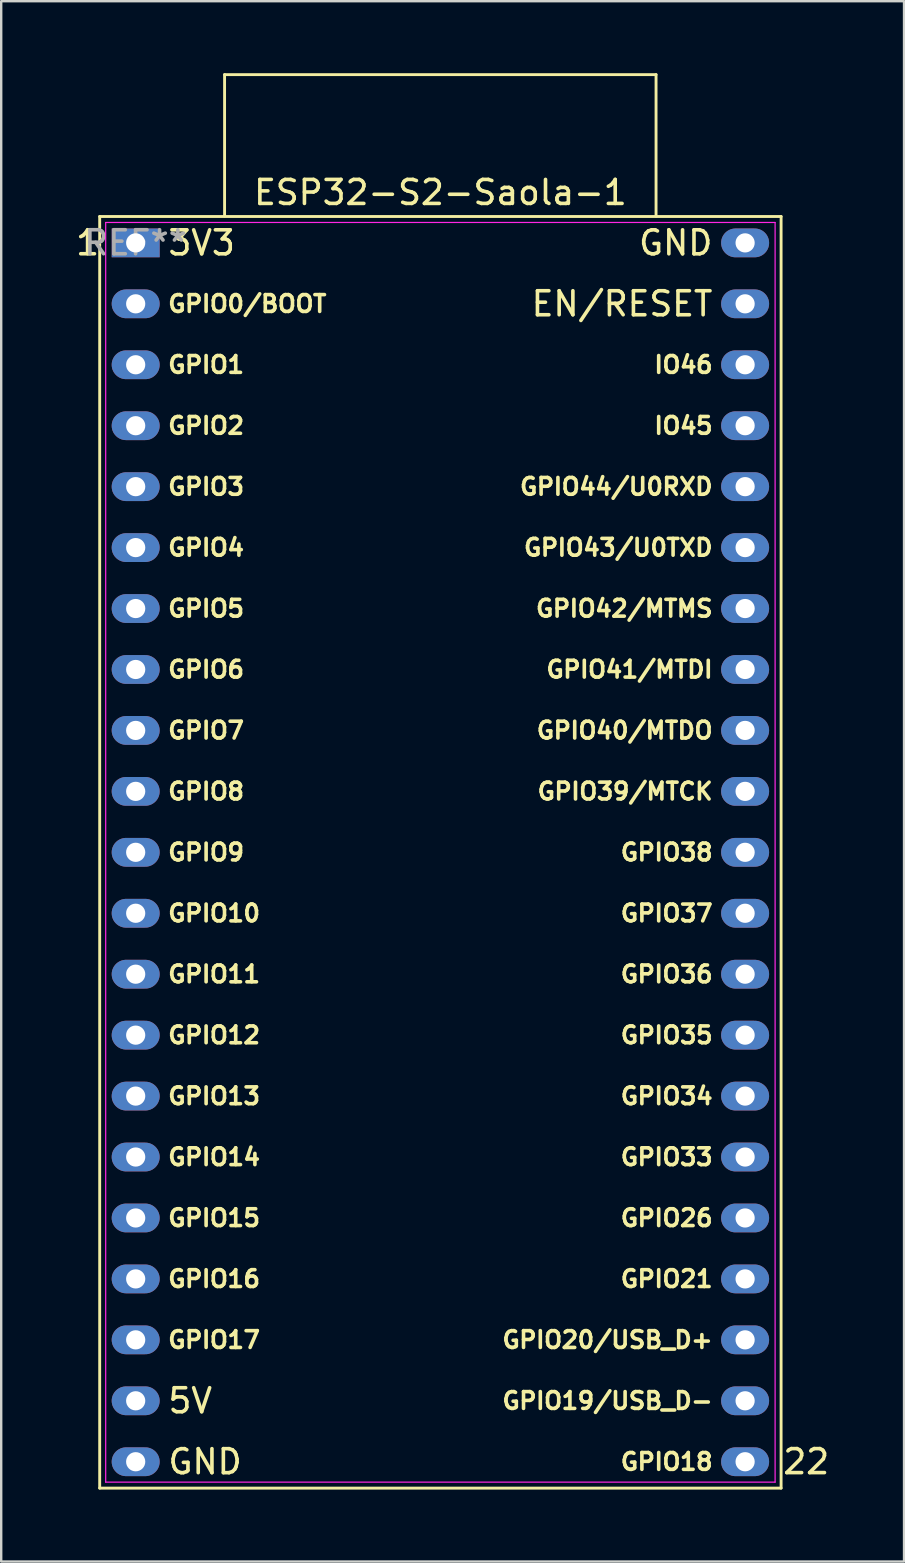
<source format=kicad_pcb>
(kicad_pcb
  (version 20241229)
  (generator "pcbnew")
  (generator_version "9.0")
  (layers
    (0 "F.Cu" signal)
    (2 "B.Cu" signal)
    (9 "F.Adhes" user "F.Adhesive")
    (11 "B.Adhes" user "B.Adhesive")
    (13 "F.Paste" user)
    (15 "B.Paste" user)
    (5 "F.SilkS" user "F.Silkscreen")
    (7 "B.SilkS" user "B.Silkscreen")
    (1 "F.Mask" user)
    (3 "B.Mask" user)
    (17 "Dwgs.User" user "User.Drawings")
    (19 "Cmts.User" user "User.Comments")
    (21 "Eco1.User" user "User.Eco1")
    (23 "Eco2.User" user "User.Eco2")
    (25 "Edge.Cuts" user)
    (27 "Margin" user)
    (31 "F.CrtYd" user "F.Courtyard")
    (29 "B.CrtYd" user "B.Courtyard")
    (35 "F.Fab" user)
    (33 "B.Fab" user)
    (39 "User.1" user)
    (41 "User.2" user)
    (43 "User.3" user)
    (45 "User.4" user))
  (footprint "ESP32-S2-Saola-1"
    (layer "F.Cu")
    (at 2.605 7.073)
    (property "Reference" "ESP32-S2-Saola-1" (at 12.7 -2.1 0) (layer "F.SilkS") (effects (font (size 1 1) (thickness 0.15))))
    (attr through_hole)
    (fp_line (start -1.5 51.9) (end 26.9 51.9) (stroke (width 0.12) (type solid)) (layer "F.SilkS"))
    (fp_line (start -1.5 -1.1) (end -1.5 51.9) (stroke (width 0.12) (type solid)) (layer "F.SilkS"))
    (fp_line (start 3.705 -7.013) (end 21.688 -7.013) (stroke (width 0.12) (type solid)) (layer "F.SilkS"))
    (fp_line (start 3.705 -1.12) (end 3.705 -7.013) (stroke (width 0.12) (type solid)) (layer "F.SilkS"))
    (fp_line (start 21.688 -7.013) (end 21.688 -1.12) (stroke (width 0.12) (type solid)) (layer "F.SilkS"))
    (fp_line (start 26.9 51.9) (end 26.9 -1.1) (stroke (width 0.12) (type solid)) (layer "F.SilkS"))
    (fp_line (start 26.9 -1.1) (end -1.5 -1.1) (stroke (width 0.12) (type solid)) (layer "F.SilkS"))
    (fp_line (start -1.25 -0.85) (end 26.65 -0.85) (stroke (width 0.05) (type solid)) (layer "F.CrtYd"))
    (fp_line (start -1.25 51.65) (end -1.25 -0.85) (stroke (width 0.05) (type solid)) (layer "F.CrtYd"))
    (fp_line (start 26.65 -0.85) (end 26.65 51.65) (stroke (width 0.05) (type solid)) (layer "F.CrtYd"))
    (fp_line (start 26.65 51.65) (end -1.25 51.65) (stroke (width 0.05) (type solid)) (layer "F.CrtYd"))
    (fp_text user "GPIO21" (at 24.13 43.18 0) (unlocked yes) (layer "F.SilkS") (effects (font (size 0.7 0.7) (thickness 0.15)) (justify right)))
    (fp_text user "GPIO18" (at 24.13 50.8 0) (unlocked yes) (layer "F.SilkS") (effects (font (size 0.7 0.7) (thickness 0.15)) (justify right)))
    (fp_text user "GPIO33" (at 24.13 38.1 0) (unlocked yes) (layer "F.SilkS") (effects (font (size 0.7 0.7) (thickness 0.15)) (justify right)))
    (fp_text user "GPIO1" (at 1.27 5.08 0) (unlocked yes) (layer "F.SilkS") (effects (font (size 0.7 0.7) (thickness 0.15)) (justify left)))
    (fp_text user "GPIO0/BOOT" (at 1.27 2.54 0) (unlocked yes) (layer "F.SilkS") (effects (font (size 0.7 0.7) (thickness 0.15)) (justify left)))
    (fp_text user "GPIO40/MTDO" (at 24.13 20.32 0) (unlocked yes) (layer "F.SilkS") (effects (font (size 0.7 0.7) (thickness 0.15)) (justify right)))
    (fp_text user "GPIO5" (at 1.27 15.24 0) (unlocked yes) (layer "F.SilkS") (effects (font (size 0.7 0.7) (thickness 0.15)) (justify left)))
    (fp_text user "GPIO10" (at 1.27 27.94 0) (unlocked yes) (layer "F.SilkS") (effects (font (size 0.7 0.7) (thickness 0.15)) (justify left)))
    (fp_text user "GPIO7" (at 1.27 20.32 0) (unlocked yes) (layer "F.SilkS") (effects (font (size 0.7 0.7) (thickness 0.15)) (justify left)))
    (fp_text user "GPIO14" (at 1.27 38.1 0) (unlocked yes) (layer "F.SilkS") (effects (font (size 0.7 0.7) (thickness 0.15)) (justify left)))
    (fp_text user "GPIO26" (at 24.13 40.64 0) (unlocked yes) (layer "F.SilkS") (effects (font (size 0.7 0.7) (thickness 0.15)) (justify right)))
    (fp_text user "IO46" (at 24.13 5.08 0) (unlocked yes) (layer "F.SilkS") (effects (font (size 0.7 0.7) (thickness 0.15)) (justify right)))
    (fp_text user "GPIO2" (at 1.27 7.62 0) (unlocked yes) (layer "F.SilkS") (effects (font (size 0.7 0.7) (thickness 0.15)) (justify left)))
    (fp_text user "GPIO44/U0RXD" (at 24.13 10.16 0) (unlocked yes) (layer "F.SilkS") (effects (font (size 0.7 0.7) (thickness 0.15)) (justify right)))
    (fp_text user "GPIO3" (at 1.27 10.16 0) (unlocked yes) (layer "F.SilkS") (effects (font (size 0.7 0.7) (thickness 0.15)) (justify left)))
    (fp_text user "GPIO35" (at 24.13 33.02 0) (unlocked yes) (layer "F.SilkS") (effects (font (size 0.7 0.7) (thickness 0.15)) (justify right)))
    (fp_text user "GPIO9" (at 1.27 25.4 0) (unlocked yes) (layer "F.SilkS") (effects (font (size 0.7 0.7) (thickness 0.15)) (justify left)))
    (fp_text user "GPIO34" (at 24.13 35.56 0) (unlocked yes) (layer "F.SilkS") (effects (font (size 0.7 0.7) (thickness 0.15)) (justify right)))
    (fp_text user "GPIO19/USB_D-" (at 24.13 48.26 0) (unlocked yes) (layer "F.SilkS") (effects (font (size 0.7 0.7) (thickness 0.15)) (justify right)))
    (fp_text user "GPIO4" (at 1.27 12.7 0) (unlocked yes) (layer "F.SilkS") (effects (font (size 0.7 0.7) (thickness 0.15)) (justify left)))
    (fp_text user "GPIO36" (at 24.13 30.48 0) (unlocked yes) (layer "F.SilkS") (effects (font (size 0.7 0.7) (thickness 0.15)) (justify right)))
    (fp_text user "GPIO11" (at 1.27 30.48 0) (unlocked yes) (layer "F.SilkS") (effects (font (size 0.7 0.7) (thickness 0.15)) (justify left)))
    (fp_text user "GPIO15" (at 1.27 40.64 0) (unlocked yes) (layer "F.SilkS") (effects (font (size 0.7 0.7) (thickness 0.15)) (justify left)))
    (fp_text user "GPIO43/U0TXD" (at 24.13 12.7 0) (unlocked yes) (layer "F.SilkS") (effects (font (size 0.7 0.7) (thickness 0.15)) (justify right)))
    (fp_text user "GND" (at 1.27 50.8 0) (unlocked yes) (layer "F.SilkS") (effects (font (size 1 1) (thickness 0.15)) (justify left)))
    (fp_text user "GND" (at 24.13 0 0) (unlocked yes) (layer "F.SilkS") (effects (font (size 1 1) (thickness 0.15)) (justify right)))
    (fp_text user "GPIO38" (at 24.13 25.4 0) (unlocked yes) (layer "F.SilkS") (effects (font (size 0.7 0.7) (thickness 0.15)) (justify right)))
    (fp_text user "GPIO6" (at 1.27 17.78 0) (unlocked yes) (layer "F.SilkS") (effects (font (size 0.7 0.7) (thickness 0.15)) (justify left)))
    (fp_text user "IO45" (at 24.13 7.62 0) (unlocked yes) (layer "F.SilkS") (effects (font (size 0.7 0.7) (thickness 0.15)) (justify right)))
    (fp_text user "3V3" (at 1.27 0 0) (unlocked yes) (layer "F.SilkS") (effects (font (size 1 1) (thickness 0.15)) (justify left)))
    (fp_text user "GPIO20/USB_D+" (at 24.13 45.72 0) (unlocked yes) (layer "F.SilkS") (effects (font (size 0.7 0.7) (thickness 0.15)) (justify right)))
    (fp_text user "EN/RESET" (at 24.13 2.54 0) (unlocked yes) (layer "F.SilkS") (effects (font (size 1 1) (thickness 0.15)) (justify right)))
    (fp_text user "GPIO39/MTCK" (at 24.13 22.86 0) (unlocked yes) (layer "F.SilkS") (effects (font (size 0.7 0.7) (thickness 0.15)) (justify right)))
    (fp_text user "GPIO13" (at 1.27 35.56 0) (unlocked yes) (layer "F.SilkS") (effects (font (size 0.7 0.7) (thickness 0.15)) (justify left)))
    (fp_text user "GPIO17" (at 1.27 45.72 0) (unlocked yes) (layer "F.SilkS") (effects (font (size 0.7 0.7) (thickness 0.15)) (justify left)))
    (fp_text user "GPIO37" (at 24.13 27.94 0) (unlocked yes) (layer "F.SilkS") (effects (font (size 0.7 0.7) (thickness 0.15)) (justify right)))
    (fp_text user "GPIO41/MTDI" (at 24.13 17.78 0) (unlocked yes) (layer "F.SilkS") (effects (font (size 0.7 0.7) (thickness 0.15)) (justify right)))
    (fp_text user "1" (at -2.004 -0.003 0) (layer "F.SilkS") (effects (font (size 1 1) (thickness 0.15))))
    (fp_text user "GPIO8" (at 1.27 22.86 0) (unlocked yes) (layer "F.SilkS") (effects (font (size 0.7 0.7) (thickness 0.15)) (justify left)))
    (fp_text user "5V" (at 1.27 48.26 0) (unlocked yes) (layer "F.SilkS") (effects (font (size 1 1) (thickness 0.15)) (justify left)))
    (fp_text user "22" (at 27.946 50.797 0) (layer "F.SilkS") (effects (font (size 1 1) (thickness 0.15))))
    (fp_text user "GPIO16" (at 1.27 43.18 0) (unlocked yes) (layer "F.SilkS") (effects (font (size 0.7 0.7) (thickness 0.15)) (justify left)))
    (fp_text user "GPIO42/MTMS" (at 24.13 15.24 0) (unlocked yes) (layer "F.SilkS") (effects (font (size 0.7 0.7) (thickness 0.15)) (justify right)))
    (fp_text user "GPIO12" (at 1.27 33.02 0) (unlocked yes) (layer "F.SilkS") (effects (font (size 0.7 0.7) (thickness 0.15)) (justify left)))
    (fp_text user "REF**" (at -0.004 -0.003 0) (layer "F.Fab") (effects (font (size 1 1) (thickness 0.15))))
    (pad "1" thru_hole rect (at 0 0 270) (size 1.2 2) (drill 0.8) (layers "*.Cu" "*.Mask"))
    (pad "2" thru_hole oval (at 0 2.54 270) (size 1.2 2) (drill 0.8) (layers "*.Cu" "*.Mask"))
    (pad "3" thru_hole oval (at 0 5.08 270) (size 1.2 2) (drill 0.8) (layers "*.Cu" "*.Mask"))
    (pad "4" thru_hole oval (at 0 7.62 270) (size 1.2 2) (drill 0.8) (layers "*.Cu" "*.Mask"))
    (pad "5" thru_hole oval (at 0 10.16 270) (size 1.2 2) (drill 0.8) (layers "*.Cu" "*.Mask"))
    (pad "6" thru_hole oval (at 0 12.7 270) (size 1.2 2) (drill 0.8) (layers "*.Cu" "*.Mask"))
    (pad "7" thru_hole oval (at 0 15.24 270) (size 1.2 2) (drill 0.8) (layers "*.Cu" "*.Mask"))
    (pad "8" thru_hole oval (at 0 17.78 270) (size 1.2 2) (drill 0.8) (layers "*.Cu" "*.Mask"))
    (pad "9" thru_hole oval (at 0 20.32 270) (size 1.2 2) (drill 0.8) (layers "*.Cu" "*.Mask"))
    (pad "10" thru_hole oval (at 0 22.86 270) (size 1.2 2) (drill 0.8) (layers "*.Cu" "*.Mask"))
    (pad "11" thru_hole oval (at 0 25.4 270) (size 1.2 2) (drill 0.8) (layers "*.Cu" "*.Mask"))
    (pad "12" thru_hole oval (at 0 27.94 270) (size 1.2 2) (drill 0.8) (layers "*.Cu" "*.Mask"))
    (pad "13" thru_hole oval (at 0 30.48 270) (size 1.2 2) (drill 0.8) (layers "*.Cu" "*.Mask"))
    (pad "14" thru_hole oval (at 0 33.02 270) (size 1.2 2) (drill 0.8) (layers "*.Cu" "*.Mask"))
    (pad "15" thru_hole oval (at 0 35.56 270) (size 1.2 2) (drill 0.8) (layers "*.Cu" "*.Mask"))
    (pad "16" thru_hole oval (at 0 38.1 270) (size 1.2 2) (drill 0.8) (layers "*.Cu" "*.Mask"))
    (pad "17" thru_hole oval (at 0 40.64 270) (size 1.2 2) (drill 0.8) (layers "*.Cu" "*.Mask"))
    (pad "18" thru_hole oval (at 0 43.18 270) (size 1.2 2) (drill 0.8) (layers "*.Cu" "*.Mask"))
    (pad "19" thru_hole oval (at 0 45.72 270) (size 1.2 2) (drill 0.8) (layers "*.Cu" "*.Mask"))
    (pad "20" thru_hole oval (at 0 48.26 270) (size 1.2 2) (drill 0.8) (layers "*.Cu" "*.Mask"))
    (pad "21" thru_hole oval (at 0 50.8 270) (size 1.2 2) (drill 0.8) (layers "*.Cu" "*.Mask"))
    (pad "22" thru_hole oval (at 25.4 50.8 270) (size 1.2 2) (drill 0.8) (layers "*.Cu" "*.Mask"))
    (pad "23" thru_hole oval (at 25.4 48.26 270) (size 1.2 2) (drill 0.8) (layers "*.Cu" "*.Mask"))
    (pad "24" thru_hole oval (at 25.4 45.72 270) (size 1.2 2) (drill 0.8) (layers "*.Cu" "*.Mask"))
    (pad "25" thru_hole oval (at 25.4 43.18 270) (size 1.2 2) (drill 0.8) (layers "*.Cu" "*.Mask"))
    (pad "26" thru_hole oval (at 25.4 40.64 270) (size 1.2 2) (drill 0.8) (layers "*.Cu" "*.Mask"))
    (pad "27" thru_hole oval (at 25.4 38.1 270) (size 1.2 2) (drill 0.8) (layers "*.Cu" "*.Mask"))
    (pad "28" thru_hole oval (at 25.4 35.56 270) (size 1.2 2) (drill 0.8) (layers "*.Cu" "*.Mask"))
    (pad "29" thru_hole oval (at 25.4 33.02 270) (size 1.2 2) (drill 0.8) (layers "*.Cu" "*.Mask"))
    (pad "30" thru_hole oval (at 25.4 30.48 270) (size 1.2 2) (drill 0.8) (layers "*.Cu" "*.Mask"))
    (pad "31" thru_hole oval (at 25.4 27.94 270) (size 1.2 2) (drill 0.8) (layers "*.Cu" "*.Mask"))
    (pad "32" thru_hole oval (at 25.4 25.4 270) (size 1.2 2) (drill 0.8) (layers "*.Cu" "*.Mask"))
    (pad "33" thru_hole oval (at 25.4 22.86 270) (size 1.2 2) (drill 0.8) (layers "*.Cu" "*.Mask"))
    (pad "34" thru_hole oval (at 25.4 20.32 270) (size 1.2 2) (drill 0.8) (layers "*.Cu" "*.Mask"))
    (pad "35" thru_hole oval (at 25.4 17.78 270) (size 1.2 2) (drill 0.8) (layers "*.Cu" "*.Mask"))
    (pad "36" thru_hole oval (at 25.4 15.24 270) (size 1.2 2) (drill 0.8) (layers "*.Cu" "*.Mask"))
    (pad "37" thru_hole oval (at 25.4 12.7 270) (size 1.2 2) (drill 0.8) (layers "*.Cu" "*.Mask"))
    (pad "38" thru_hole oval (at 25.4 10.16 270) (size 1.2 2) (drill 0.8) (layers "*.Cu" "*.Mask"))
    (pad "39" thru_hole oval (at 25.4 7.62 270) (size 1.2 2) (drill 0.8) (layers "*.Cu" "*.Mask"))
    (pad "40" thru_hole oval (at 25.4 5.08 270) (size 1.2 2) (drill 0.8) (layers "*.Cu" "*.Mask"))
    (pad "41" thru_hole oval (at 25.4 2.54 270) (size 1.2 2) (drill 0.8) (layers "*.Cu" "*.Mask"))
    (pad "42" thru_hole oval (at 25.4 0 270) (size 1.2 2) (drill 0.8) (layers "*.Cu" "*.Mask")))
  (gr_rect
    (start -3 -3)
    (end 34.629 62.033)
    (stroke (width 0.1) (type default))
    (fill no)
    (layer "Edge.Cuts")))
</source>
